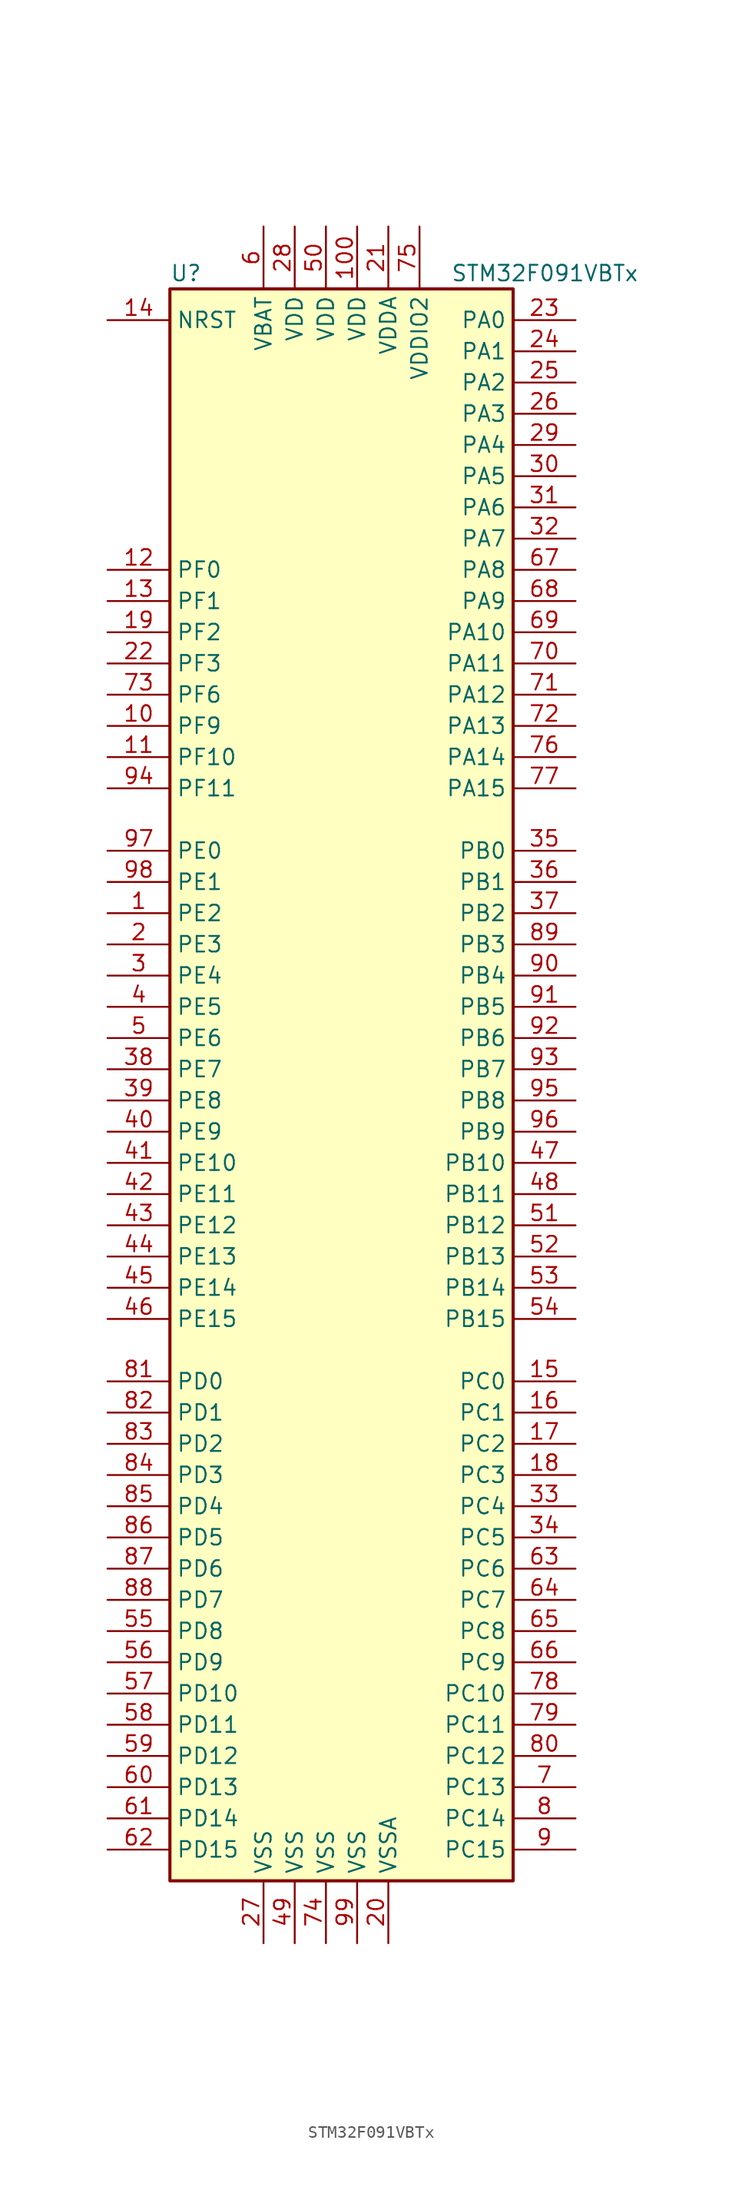
<source format=kicad_sym>
(kicad_symbol_lib
  (version 20211014)
  (generator kicad_symbol_editor)
  (symbol "STM32F091VBTx"
    (property "Reference" "U"
      (at -15.24 64.77 0)
      (effects (font (size 1.27 1.27)) (justify left)))
    (property "Value" "STM32F091VBTx"
      (at 7.62 64.77 0)
      (effects (font (size 1.27 1.27)) (justify left)))
    (symbol "STM32F091VBTx_0_1"
      (rectangle (start -15.24 -66.04) (end 12.7 63.5) (stroke (width 0.254) (type default) (color 0 0 0 0)) (fill (type background))))
    (symbol "STM32F091VBTx_1_1"
      (pin bidirectional line (at -20.32 12.7 0) (length 5.08) (name "PE2" (effects (font (size 1.27 1.27)))) (number "1" (effects (font (size 1.27 1.27)))))
      (pin bidirectional line (at -20.32 27.94 0) (length 5.08) (name "PF9" (effects (font (size 1.27 1.27)))) (number "10" (effects (font (size 1.27 1.27)))))
      (pin power_in line (at 0 68.58 270) (length 5.08) (name "VDD" (effects (font (size 1.27 1.27)))) (number "100" (effects (font (size 1.27 1.27)))))
      (pin bidirectional line (at -20.32 25.4 0) (length 5.08) (name "PF10" (effects (font (size 1.27 1.27)))) (number "11" (effects (font (size 1.27 1.27)))))
      (pin input line (at -20.32 40.64 0) (length 5.08) (name "PF0" (effects (font (size 1.27 1.27)))) (number "12" (effects (font (size 1.27 1.27)))))
      (pin input line (at -20.32 38.1 0) (length 5.08) (name "PF1" (effects (font (size 1.27 1.27)))) (number "13" (effects (font (size 1.27 1.27)))))
      (pin input line (at -20.32 60.96 0) (length 5.08) (name "NRST" (effects (font (size 1.27 1.27)))) (number "14" (effects (font (size 1.27 1.27)))))
      (pin bidirectional line (at 17.78 -25.4 180) (length 5.08) (name "PC0" (effects (font (size 1.27 1.27)))) (number "15" (effects (font (size 1.27 1.27)))))
      (pin bidirectional line (at 17.78 -27.94 180) (length 5.08) (name "PC1" (effects (font (size 1.27 1.27)))) (number "16" (effects (font (size 1.27 1.27)))))
      (pin bidirectional line (at 17.78 -30.48 180) (length 5.08) (name "PC2" (effects (font (size 1.27 1.27)))) (number "17" (effects (font (size 1.27 1.27)))))
      (pin bidirectional line (at 17.78 -33.02 180) (length 5.08) (name "PC3" (effects (font (size 1.27 1.27)))) (number "18" (effects (font (size 1.27 1.27)))))
      (pin bidirectional line (at -20.32 35.56 0) (length 5.08) (name "PF2" (effects (font (size 1.27 1.27)))) (number "19" (effects (font (size 1.27 1.27)))))
      (pin bidirectional line (at -20.32 10.16 0) (length 5.08) (name "PE3" (effects (font (size 1.27 1.27)))) (number "2" (effects (font (size 1.27 1.27)))))
      (pin power_in line (at 2.54 -71.12 90) (length 5.08) (name "VSSA" (effects (font (size 1.27 1.27)))) (number "20" (effects (font (size 1.27 1.27)))))
      (pin power_in line (at 2.54 68.58 270) (length 5.08) (name "VDDA" (effects (font (size 1.27 1.27)))) (number "21" (effects (font (size 1.27 1.27)))))
      (pin bidirectional line (at -20.32 33.02 0) (length 5.08) (name "PF3" (effects (font (size 1.27 1.27)))) (number "22" (effects (font (size 1.27 1.27)))))
      (pin bidirectional line (at 17.78 60.96 180) (length 5.08) (name "PA0" (effects (font (size 1.27 1.27)))) (number "23" (effects (font (size 1.27 1.27)))))
      (pin bidirectional line (at 17.78 58.42 180) (length 5.08) (name "PA1" (effects (font (size 1.27 1.27)))) (number "24" (effects (font (size 1.27 1.27)))))
      (pin bidirectional line (at 17.78 55.88 180) (length 5.08) (name "PA2" (effects (font (size 1.27 1.27)))) (number "25" (effects (font (size 1.27 1.27)))))
      (pin bidirectional line (at 17.78 53.34 180) (length 5.08) (name "PA3" (effects (font (size 1.27 1.27)))) (number "26" (effects (font (size 1.27 1.27)))))
      (pin power_in line (at -7.62 -71.12 90) (length 5.08) (name "VSS" (effects (font (size 1.27 1.27)))) (number "27" (effects (font (size 1.27 1.27)))))
      (pin power_in line (at -5.08 68.58 270) (length 5.08) (name "VDD" (effects (font (size 1.27 1.27)))) (number "28" (effects (font (size 1.27 1.27)))))
      (pin bidirectional line (at 17.78 50.8 180) (length 5.08) (name "PA4" (effects (font (size 1.27 1.27)))) (number "29" (effects (font (size 1.27 1.27)))))
      (pin bidirectional line (at -20.32 7.62 0) (length 5.08) (name "PE4" (effects (font (size 1.27 1.27)))) (number "3" (effects (font (size 1.27 1.27)))))
      (pin bidirectional line (at 17.78 48.26 180) (length 5.08) (name "PA5" (effects (font (size 1.27 1.27)))) (number "30" (effects (font (size 1.27 1.27)))))
      (pin bidirectional line (at 17.78 45.72 180) (length 5.08) (name "PA6" (effects (font (size 1.27 1.27)))) (number "31" (effects (font (size 1.27 1.27)))))
      (pin bidirectional line (at 17.78 43.18 180) (length 5.08) (name "PA7" (effects (font (size 1.27 1.27)))) (number "32" (effects (font (size 1.27 1.27)))))
      (pin bidirectional line (at 17.78 -35.56 180) (length 5.08) (name "PC4" (effects (font (size 1.27 1.27)))) (number "33" (effects (font (size 1.27 1.27)))))
      (pin bidirectional line (at 17.78 -38.1 180) (length 5.08) (name "PC5" (effects (font (size 1.27 1.27)))) (number "34" (effects (font (size 1.27 1.27)))))
      (pin bidirectional line (at 17.78 17.78 180) (length 5.08) (name "PB0" (effects (font (size 1.27 1.27)))) (number "35" (effects (font (size 1.27 1.27)))))
      (pin bidirectional line (at 17.78 15.24 180) (length 5.08) (name "PB1" (effects (font (size 1.27 1.27)))) (number "36" (effects (font (size 1.27 1.27)))))
      (pin bidirectional line (at 17.78 12.7 180) (length 5.08) (name "PB2" (effects (font (size 1.27 1.27)))) (number "37" (effects (font (size 1.27 1.27)))))
      (pin bidirectional line (at -20.32 0 0) (length 5.08) (name "PE7" (effects (font (size 1.27 1.27)))) (number "38" (effects (font (size 1.27 1.27)))))
      (pin bidirectional line (at -20.32 -2.54 0) (length 5.08) (name "PE8" (effects (font (size 1.27 1.27)))) (number "39" (effects (font (size 1.27 1.27)))))
      (pin bidirectional line (at -20.32 5.08 0) (length 5.08) (name "PE5" (effects (font (size 1.27 1.27)))) (number "4" (effects (font (size 1.27 1.27)))))
      (pin bidirectional line (at -20.32 -5.08 0) (length 5.08) (name "PE9" (effects (font (size 1.27 1.27)))) (number "40" (effects (font (size 1.27 1.27)))))
      (pin bidirectional line (at -20.32 -7.62 0) (length 5.08) (name "PE10" (effects (font (size 1.27 1.27)))) (number "41" (effects (font (size 1.27 1.27)))))
      (pin bidirectional line (at -20.32 -10.16 0) (length 5.08) (name "PE11" (effects (font (size 1.27 1.27)))) (number "42" (effects (font (size 1.27 1.27)))))
      (pin bidirectional line (at -20.32 -12.7 0) (length 5.08) (name "PE12" (effects (font (size 1.27 1.27)))) (number "43" (effects (font (size 1.27 1.27)))))
      (pin bidirectional line (at -20.32 -15.24 0) (length 5.08) (name "PE13" (effects (font (size 1.27 1.27)))) (number "44" (effects (font (size 1.27 1.27)))))
      (pin bidirectional line (at -20.32 -17.78 0) (length 5.08) (name "PE14" (effects (font (size 1.27 1.27)))) (number "45" (effects (font (size 1.27 1.27)))))
      (pin bidirectional line (at -20.32 -20.32 0) (length 5.08) (name "PE15" (effects (font (size 1.27 1.27)))) (number "46" (effects (font (size 1.27 1.27)))))
      (pin bidirectional line (at 17.78 -7.62 180) (length 5.08) (name "PB10" (effects (font (size 1.27 1.27)))) (number "47" (effects (font (size 1.27 1.27)))))
      (pin bidirectional line (at 17.78 -10.16 180) (length 5.08) (name "PB11" (effects (font (size 1.27 1.27)))) (number "48" (effects (font (size 1.27 1.27)))))
      (pin power_in line (at -5.08 -71.12 90) (length 5.08) (name "VSS" (effects (font (size 1.27 1.27)))) (number "49" (effects (font (size 1.27 1.27)))))
      (pin bidirectional line (at -20.32 2.54 0) (length 5.08) (name "PE6" (effects (font (size 1.27 1.27)))) (number "5" (effects (font (size 1.27 1.27)))))
      (pin power_in line (at -2.54 68.58 270) (length 5.08) (name "VDD" (effects (font (size 1.27 1.27)))) (number "50" (effects (font (size 1.27 1.27)))))
      (pin bidirectional line (at 17.78 -12.7 180) (length 5.08) (name "PB12" (effects (font (size 1.27 1.27)))) (number "51" (effects (font (size 1.27 1.27)))))
      (pin bidirectional line (at 17.78 -15.24 180) (length 5.08) (name "PB13" (effects (font (size 1.27 1.27)))) (number "52" (effects (font (size 1.27 1.27)))))
      (pin bidirectional line (at 17.78 -17.78 180) (length 5.08) (name "PB14" (effects (font (size 1.27 1.27)))) (number "53" (effects (font (size 1.27 1.27)))))
      (pin bidirectional line (at 17.78 -20.32 180) (length 5.08) (name "PB15" (effects (font (size 1.27 1.27)))) (number "54" (effects (font (size 1.27 1.27)))))
      (pin bidirectional line (at -20.32 -45.72 0) (length 5.08) (name "PD8" (effects (font (size 1.27 1.27)))) (number "55" (effects (font (size 1.27 1.27)))))
      (pin bidirectional line (at -20.32 -48.26 0) (length 5.08) (name "PD9" (effects (font (size 1.27 1.27)))) (number "56" (effects (font (size 1.27 1.27)))))
      (pin bidirectional line (at -20.32 -50.8 0) (length 5.08) (name "PD10" (effects (font (size 1.27 1.27)))) (number "57" (effects (font (size 1.27 1.27)))))
      (pin bidirectional line (at -20.32 -53.34 0) (length 5.08) (name "PD11" (effects (font (size 1.27 1.27)))) (number "58" (effects (font (size 1.27 1.27)))))
      (pin bidirectional line (at -20.32 -55.88 0) (length 5.08) (name "PD12" (effects (font (size 1.27 1.27)))) (number "59" (effects (font (size 1.27 1.27)))))
      (pin power_in line (at -7.62 68.58 270) (length 5.08) (name "VBAT" (effects (font (size 1.27 1.27)))) (number "6" (effects (font (size 1.27 1.27)))))
      (pin bidirectional line (at -20.32 -58.42 0) (length 5.08) (name "PD13" (effects (font (size 1.27 1.27)))) (number "60" (effects (font (size 1.27 1.27)))))
      (pin bidirectional line (at -20.32 -60.96 0) (length 5.08) (name "PD14" (effects (font (size 1.27 1.27)))) (number "61" (effects (font (size 1.27 1.27)))))
      (pin bidirectional line (at -20.32 -63.5 0) (length 5.08) (name "PD15" (effects (font (size 1.27 1.27)))) (number "62" (effects (font (size 1.27 1.27)))))
      (pin bidirectional line (at 17.78 -40.64 180) (length 5.08) (name "PC6" (effects (font (size 1.27 1.27)))) (number "63" (effects (font (size 1.27 1.27)))))
      (pin bidirectional line (at 17.78 -43.18 180) (length 5.08) (name "PC7" (effects (font (size 1.27 1.27)))) (number "64" (effects (font (size 1.27 1.27)))))
      (pin bidirectional line (at 17.78 -45.72 180) (length 5.08) (name "PC8" (effects (font (size 1.27 1.27)))) (number "65" (effects (font (size 1.27 1.27)))))
      (pin bidirectional line (at 17.78 -48.26 180) (length 5.08) (name "PC9" (effects (font (size 1.27 1.27)))) (number "66" (effects (font (size 1.27 1.27)))))
      (pin bidirectional line (at 17.78 40.64 180) (length 5.08) (name "PA8" (effects (font (size 1.27 1.27)))) (number "67" (effects (font (size 1.27 1.27)))))
      (pin bidirectional line (at 17.78 38.1 180) (length 5.08) (name "PA9" (effects (font (size 1.27 1.27)))) (number "68" (effects (font (size 1.27 1.27)))))
      (pin bidirectional line (at 17.78 35.56 180) (length 5.08) (name "PA10" (effects (font (size 1.27 1.27)))) (number "69" (effects (font (size 1.27 1.27)))))
      (pin bidirectional line (at 17.78 -58.42 180) (length 5.08) (name "PC13" (effects (font (size 1.27 1.27)))) (number "7" (effects (font (size 1.27 1.27)))))
      (pin bidirectional line (at 17.78 33.02 180) (length 5.08) (name "PA11" (effects (font (size 1.27 1.27)))) (number "70" (effects (font (size 1.27 1.27)))))
      (pin bidirectional line (at 17.78 30.48 180) (length 5.08) (name "PA12" (effects (font (size 1.27 1.27)))) (number "71" (effects (font (size 1.27 1.27)))))
      (pin bidirectional line (at 17.78 27.94 180) (length 5.08) (name "PA13" (effects (font (size 1.27 1.27)))) (number "72" (effects (font (size 1.27 1.27)))))
      (pin bidirectional line (at -20.32 30.48 0) (length 5.08) (name "PF6" (effects (font (size 1.27 1.27)))) (number "73" (effects (font (size 1.27 1.27)))))
      (pin power_in line (at -2.54 -71.12 90) (length 5.08) (name "VSS" (effects (font (size 1.27 1.27)))) (number "74" (effects (font (size 1.27 1.27)))))
      (pin power_in line (at 5.08 68.58 270) (length 5.08) (name "VDDIO2" (effects (font (size 1.27 1.27)))) (number "75" (effects (font (size 1.27 1.27)))))
      (pin bidirectional line (at 17.78 25.4 180) (length 5.08) (name "PA14" (effects (font (size 1.27 1.27)))) (number "76" (effects (font (size 1.27 1.27)))))
      (pin bidirectional line (at 17.78 22.86 180) (length 5.08) (name "PA15" (effects (font (size 1.27 1.27)))) (number "77" (effects (font (size 1.27 1.27)))))
      (pin bidirectional line (at 17.78 -50.8 180) (length 5.08) (name "PC10" (effects (font (size 1.27 1.27)))) (number "78" (effects (font (size 1.27 1.27)))))
      (pin bidirectional line (at 17.78 -53.34 180) (length 5.08) (name "PC11" (effects (font (size 1.27 1.27)))) (number "79" (effects (font (size 1.27 1.27)))))
      (pin bidirectional line (at 17.78 -60.96 180) (length 5.08) (name "PC14" (effects (font (size 1.27 1.27)))) (number "8" (effects (font (size 1.27 1.27)))))
      (pin bidirectional line (at 17.78 -55.88 180) (length 5.08) (name "PC12" (effects (font (size 1.27 1.27)))) (number "80" (effects (font (size 1.27 1.27)))))
      (pin bidirectional line (at -20.32 -25.4 0) (length 5.08) (name "PD0" (effects (font (size 1.27 1.27)))) (number "81" (effects (font (size 1.27 1.27)))))
      (pin bidirectional line (at -20.32 -27.94 0) (length 5.08) (name "PD1" (effects (font (size 1.27 1.27)))) (number "82" (effects (font (size 1.27 1.27)))))
      (pin bidirectional line (at -20.32 -30.48 0) (length 5.08) (name "PD2" (effects (font (size 1.27 1.27)))) (number "83" (effects (font (size 1.27 1.27)))))
      (pin bidirectional line (at -20.32 -33.02 0) (length 5.08) (name "PD3" (effects (font (size 1.27 1.27)))) (number "84" (effects (font (size 1.27 1.27)))))
      (pin bidirectional line (at -20.32 -35.56 0) (length 5.08) (name "PD4" (effects (font (size 1.27 1.27)))) (number "85" (effects (font (size 1.27 1.27)))))
      (pin bidirectional line (at -20.32 -38.1 0) (length 5.08) (name "PD5" (effects (font (size 1.27 1.27)))) (number "86" (effects (font (size 1.27 1.27)))))
      (pin bidirectional line (at -20.32 -40.64 0) (length 5.08) (name "PD6" (effects (font (size 1.27 1.27)))) (number "87" (effects (font (size 1.27 1.27)))))
      (pin bidirectional line (at -20.32 -43.18 0) (length 5.08) (name "PD7" (effects (font (size 1.27 1.27)))) (number "88" (effects (font (size 1.27 1.27)))))
      (pin bidirectional line (at 17.78 10.16 180) (length 5.08) (name "PB3" (effects (font (size 1.27 1.27)))) (number "89" (effects (font (size 1.27 1.27)))))
      (pin bidirectional line (at 17.78 -63.5 180) (length 5.08) (name "PC15" (effects (font (size 1.27 1.27)))) (number "9" (effects (font (size 1.27 1.27)))))
      (pin bidirectional line (at 17.78 7.62 180) (length 5.08) (name "PB4" (effects (font (size 1.27 1.27)))) (number "90" (effects (font (size 1.27 1.27)))))
      (pin bidirectional line (at 17.78 5.08 180) (length 5.08) (name "PB5" (effects (font (size 1.27 1.27)))) (number "91" (effects (font (size 1.27 1.27)))))
      (pin bidirectional line (at 17.78 2.54 180) (length 5.08) (name "PB6" (effects (font (size 1.27 1.27)))) (number "92" (effects (font (size 1.27 1.27)))))
      (pin bidirectional line (at 17.78 0 180) (length 5.08) (name "PB7" (effects (font (size 1.27 1.27)))) (number "93" (effects (font (size 1.27 1.27)))))
      (pin bidirectional line (at -20.32 22.86 0) (length 5.08) (name "PF11" (effects (font (size 1.27 1.27)))) (number "94" (effects (font (size 1.27 1.27)))))
      (pin bidirectional line (at 17.78 -2.54 180) (length 5.08) (name "PB8" (effects (font (size 1.27 1.27)))) (number "95" (effects (font (size 1.27 1.27)))))
      (pin bidirectional line (at 17.78 -5.08 180) (length 5.08) (name "PB9" (effects (font (size 1.27 1.27)))) (number "96" (effects (font (size 1.27 1.27)))))
      (pin bidirectional line (at -20.32 17.78 0) (length 5.08) (name "PE0" (effects (font (size 1.27 1.27)))) (number "97" (effects (font (size 1.27 1.27)))))
      (pin bidirectional line (at -20.32 15.24 0) (length 5.08) (name "PE1" (effects (font (size 1.27 1.27)))) (number "98" (effects (font (size 1.27 1.27)))))
      (pin power_in line (at 0 -71.12 90) (length 5.08) (name "VSS" (effects (font (size 1.27 1.27)))) (number "99" (effects (font (size 1.27 1.27))))))))
</source>
